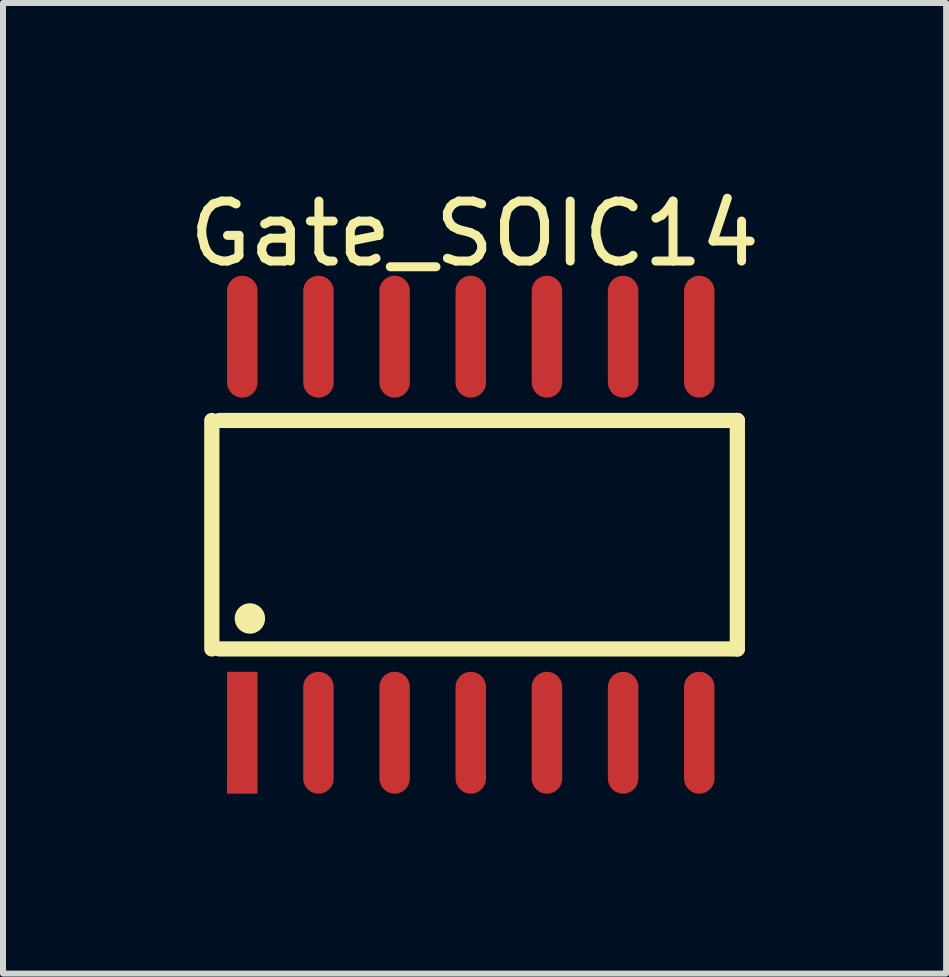
<source format=kicad_pcb>
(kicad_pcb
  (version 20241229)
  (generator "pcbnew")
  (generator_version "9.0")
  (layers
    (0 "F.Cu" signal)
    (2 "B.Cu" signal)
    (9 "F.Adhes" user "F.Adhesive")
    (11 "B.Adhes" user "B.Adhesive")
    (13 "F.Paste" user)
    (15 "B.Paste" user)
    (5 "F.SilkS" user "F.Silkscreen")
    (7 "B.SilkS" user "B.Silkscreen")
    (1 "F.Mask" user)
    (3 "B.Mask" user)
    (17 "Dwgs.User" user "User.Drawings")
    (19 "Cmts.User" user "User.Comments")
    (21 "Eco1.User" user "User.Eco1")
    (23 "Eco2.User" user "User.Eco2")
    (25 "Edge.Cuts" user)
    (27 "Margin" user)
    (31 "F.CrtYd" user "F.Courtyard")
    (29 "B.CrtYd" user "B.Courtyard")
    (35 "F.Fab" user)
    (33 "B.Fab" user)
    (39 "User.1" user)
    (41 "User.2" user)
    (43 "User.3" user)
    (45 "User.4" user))
  (footprint "Gate_SOIC14"
    (layer "F.Cu")
    (at 0.99 9.168)
    (property "Reference" "Gate_SOIC14" (at 3.873 -8.32 0) (layer "F.SilkS") (effects (font (size 1 1) (thickness 0.15))))
    (fp_line (start -0.508 -1.397) (end -0.508 -5.207) (stroke (width 0.254) (type solid)) (layer "F.SilkS"))
    (fp_line (start -0.381 -5.207) (end 8.255 -5.207) (stroke (width 0.254) (type solid)) (layer "F.SilkS"))
    (fp_line (start -0.381 -1.397) (end 8.255 -1.397) (stroke (width 0.254) (type solid)) (layer "F.SilkS"))
    (fp_line (start 8.255 -1.397) (end 8.255 -5.207) (stroke (width 0.254) (type solid)) (layer "F.SilkS"))
    (fp_circle (center 0.127 -1.905) (end 0.127 -2.032) (stroke (width 0.254) (type solid)) (fill no) (layer "F.SilkS"))
    (pad "1" smd rect (at 0 0) (size 0.508 2.032) (layers "F.Cu" "F.Mask" "F.Paste"))
    (pad "2" smd oval (at 1.27 0) (size 0.508 2.032) (layers "F.Cu" "F.Mask" "F.Paste"))
    (pad "3" smd oval (at 2.54 0) (size 0.508 2.032) (layers "F.Cu" "F.Mask" "F.Paste"))
    (pad "4" smd oval (at 3.81 0) (size 0.508 2.032) (layers "F.Cu" "F.Mask" "F.Paste"))
    (pad "5" smd oval (at 5.08 0) (size 0.508 2.032) (layers "F.Cu" "F.Mask" "F.Paste"))
    (pad "6" smd oval (at 6.35 0) (size 0.508 2.032) (layers "F.Cu" "F.Mask" "F.Paste"))
    (pad "7" smd oval (at 7.62 0) (size 0.508 2.032) (layers "F.Cu" "F.Mask" "F.Paste"))
    (pad "8" smd oval (at 7.62 -6.604) (size 0.508 2.032) (layers "F.Cu" "F.Mask" "F.Paste"))
    (pad "9" smd oval (at 6.35 -6.604) (size 0.508 2.032) (layers "F.Cu" "F.Mask" "F.Paste"))
    (pad "10" smd oval (at 5.08 -6.604) (size 0.508 2.032) (layers "F.Cu" "F.Mask" "F.Paste"))
    (pad "11" smd oval (at 3.81 -6.604) (size 0.508 2.032) (layers "F.Cu" "F.Mask" "F.Paste"))
    (pad "12" smd oval (at 2.54 -6.604) (size 0.508 2.032) (layers "F.Cu" "F.Mask" "F.Paste"))
    (pad "13" smd oval (at 1.27 -6.604) (size 0.508 2.032) (layers "F.Cu" "F.Mask" "F.Paste"))
    (pad "14" smd oval (at 0 -6.604) (size 0.508 2.032) (layers "F.Cu" "F.Mask" "F.Paste")))
  (gr_rect
    (start -3 -3)
    (end 12.726 13.184)
    (stroke (width 0.1) (type default))
    (fill no)
    (layer "Edge.Cuts")))
</source>
